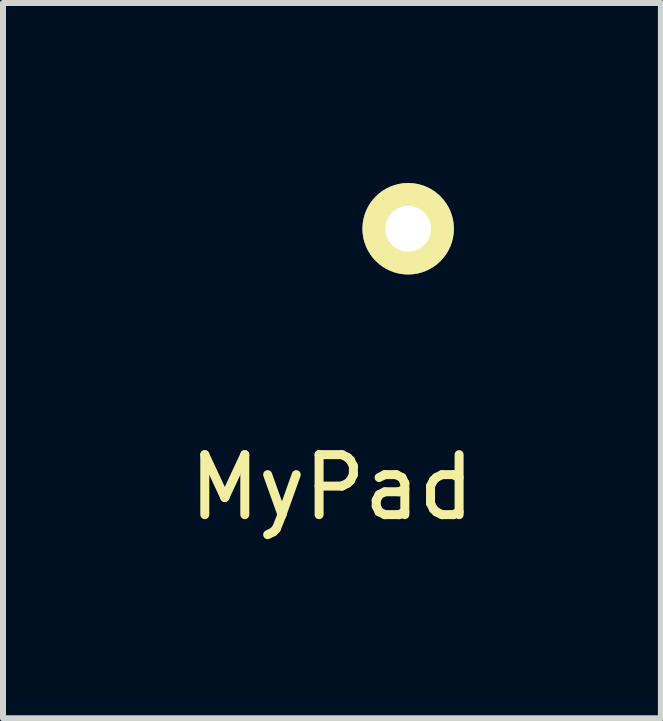
<source format=kicad_pcb>
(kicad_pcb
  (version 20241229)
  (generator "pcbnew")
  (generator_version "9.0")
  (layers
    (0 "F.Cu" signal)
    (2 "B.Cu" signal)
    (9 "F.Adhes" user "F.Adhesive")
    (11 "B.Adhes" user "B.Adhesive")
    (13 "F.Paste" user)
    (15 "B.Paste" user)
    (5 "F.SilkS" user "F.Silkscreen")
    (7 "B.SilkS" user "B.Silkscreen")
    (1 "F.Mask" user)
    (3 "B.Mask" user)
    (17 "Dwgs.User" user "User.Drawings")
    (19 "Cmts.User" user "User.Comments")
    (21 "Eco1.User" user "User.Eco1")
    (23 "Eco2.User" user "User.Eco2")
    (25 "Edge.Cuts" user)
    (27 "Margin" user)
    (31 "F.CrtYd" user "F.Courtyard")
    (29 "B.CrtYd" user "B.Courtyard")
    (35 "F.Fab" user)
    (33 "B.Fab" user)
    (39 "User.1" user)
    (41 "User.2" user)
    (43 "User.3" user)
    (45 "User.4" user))
  (footprint "MyPad"
    (layer "F.Cu")
    (at 2.482 4.572)
    (property "Reference" "MyPad" (at 0 0.5 0) (layer "F.SilkS") (effects (font (size 1 1) (thickness 0.15))))
    (attr through_hole)
    (pad "1" thru_hole circle (at 1.27 -3.81) (size 1.524 1.524) (drill 0.762) (layers "*.Cu" "*.Mask" "F.SilkS")))
  (gr_rect
    (start -3 -3)
    (end 7.964 8.92)
    (stroke (width 0.1) (type default))
    (fill no)
    (layer "Edge.Cuts")))
</source>
